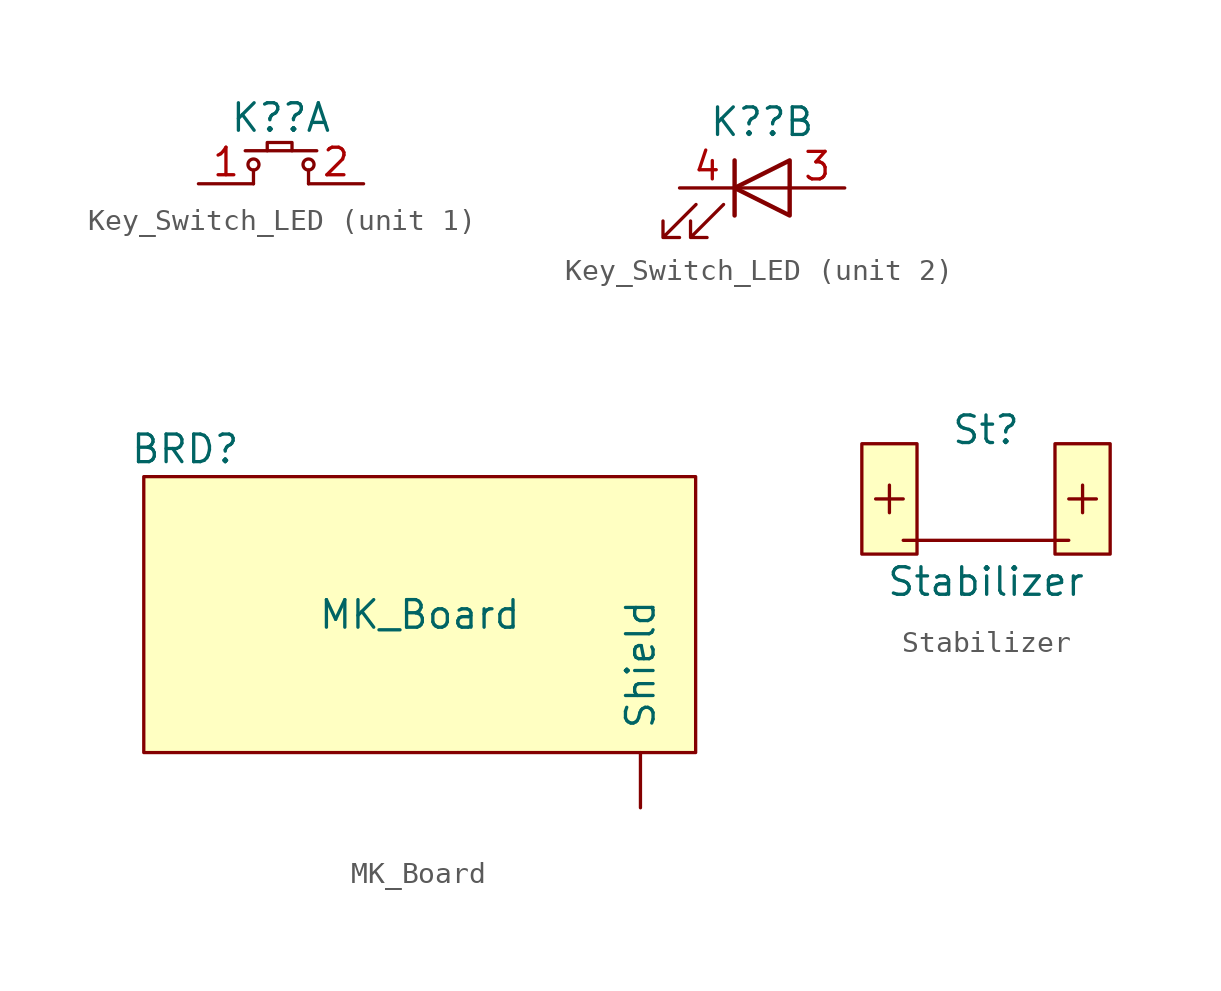
<source format=kicad_sym>
(kicad_symbol_lib
  (version 20211014)
  (generator kicad_symbol_editor)
  (symbol "Key_Switch_LED"
    (pin_names
      (offset 1.016))
    (property "Reference" "K?"
      (at 0 3.048 0)
      (effects (font (size 1.27 1.27))))
    (property "ki_locked" ""
      (at 0 0 0)
      (effects (font (size 1.27 1.27))))
    (symbol "Key_Switch_LED_1_1"
      (circle (center -1.27 0.889) (radius 0.254) (stroke (width 0) (type default) (color 0 0 0 0)) (fill (type none)))
      (polyline (pts (xy -1.27 0) (xy -1.27 0.635)) (stroke (width 0) (type default) (color 0 0 0 0)) (fill (type none)))
      (polyline (pts (xy -0.635 1.524) (xy 0.508 1.524)) (stroke (width 0) (type default) (color 0 0 0 0)) (fill (type none)))
      (polyline (pts (xy 1.27 0) (xy 1.27 0.635)) (stroke (width 0) (type default) (color 0 0 0 0)) (fill (type none)))
      (polyline (pts (xy -1.651 1.524) (xy -0.635 1.524) (xy -0.635 1.905) (xy 0.508 1.905) (xy 0.508 1.524) (xy 1.651 1.524)) (stroke (width 0) (type default) (color 0 0 0 0)) (fill (type none)))
      (circle (center 1.27 0.889) (radius 0.254) (stroke (width 0) (type default) (color 0 0 0 0)) (fill (type none)))
      (pin passive line (at -3.81 0 0) (length 2.54) (name "~" (effects (font (size 1.27 1.27)))) (number "1" (effects (font (size 1.27 1.27)))))
      (pin passive line (at 3.81 0 180) (length 2.54) (name "~" (effects (font (size 1.27 1.27)))) (number "2" (effects (font (size 1.27 1.27))))))
    (symbol "Key_Switch_LED_2_1"
      (polyline (pts (xy -1.27 -1.27) (xy -1.27 1.27)) (stroke (width 0.203) (type default) (color 0 0 0 0)) (fill (type none)))
      (polyline (pts (xy -1.27 0) (xy 1.27 0)) (stroke (width 0) (type default) (color 0 0 0 0)) (fill (type none)))
      (polyline (pts (xy 1.27 -1.27) (xy 1.27 1.27) (xy -1.27 0) (xy 1.27 -1.27)) (stroke (width 0.203) (type default) (color 0 0 0 0)) (fill (type none)))
      (polyline (pts (xy -3.048 -0.762) (xy -4.572 -2.286) (xy -3.81 -2.286) (xy -4.572 -2.286) (xy -4.572 -1.524)) (stroke (width 0) (type default) (color 0 0 0 0)) (fill (type none)))
      (polyline (pts (xy -1.778 -0.762) (xy -3.302 -2.286) (xy -2.54 -2.286) (xy -3.302 -2.286) (xy -3.302 -1.524)) (stroke (width 0) (type default) (color 0 0 0 0)) (fill (type none)))
      (pin passive line (at 3.81 0 180) (length 2.54) (name "A" (effects (font (size 0 0)))) (number "3" (effects (font (size 1.27 1.27)))))
      (pin passive line (at -3.81 0 0) (length 2.54) (name "K" (effects (font (size 0 0)))) (number "4" (effects (font (size 1.27 1.27)))))))
  (symbol "MK_Board"
    (pin_numbers hide)
    (pin_names
      (offset 1.016))
    (property "Reference" "BRD"
      (at -10.795 7.62 0)
      (effects (font (size 1.27 1.27))))
    (property "Value" "MK_Board"
      (at 0 0 0)
      (effects (font (size 1.27 1.27))))
    (symbol "MK_Board_0_1"
      (rectangle (start -12.7 6.35) (end 12.7 -6.35) (stroke (width 0) (type default) (color 0 0 0 0)) (fill (type background))))
    (symbol "MK_Board_1_1"
      (pin passive line (at 10.16 -8.89 90) (length 2.54) (name "Shield" (effects (font (size 1.27 1.27)))) (number "1" (effects (font (size 1.27 1.27)))))))
  (symbol "Stabilizer"
    (pin_names
      (offset 1.016))
    (property "Reference" "St"
      (at 0 3.175 0)
      (effects (font (size 1.27 1.27))))
    (property "Value" "Stabilizer"
      (at 0 -3.81 0)
      (effects (font (size 1.27 1.27))))
    (symbol "Stabilizer_0_1"
      (rectangle (start -5.715 2.54) (end -3.175 -2.54) (stroke (width 0) (type default) (color 0 0 0 0)) (fill (type background)))
      (polyline (pts (xy -4.445 0.635) (xy -4.445 -0.635)) (stroke (width 0) (type default) (color 0 0 0 0)) (fill (type none)))
      (polyline (pts (xy -3.81 -1.905) (xy 3.81 -1.905)) (stroke (width 0) (type default) (color 0 0 0 0)) (fill (type none)))
      (polyline (pts (xy -3.81 0) (xy -5.08 0)) (stroke (width 0) (type default) (color 0 0 0 0)) (fill (type none)))
      (polyline (pts (xy 4.445 0.635) (xy 4.445 -0.635)) (stroke (width 0) (type default) (color 0 0 0 0)) (fill (type none)))
      (polyline (pts (xy 5.08 0) (xy 3.81 0)) (stroke (width 0) (type default) (color 0 0 0 0)) (fill (type none)))
      (rectangle (start 5.715 2.54) (end 3.175 -2.54) (stroke (width 0) (type default) (color 0 0 0 0)) (fill (type background))))))
</source>
